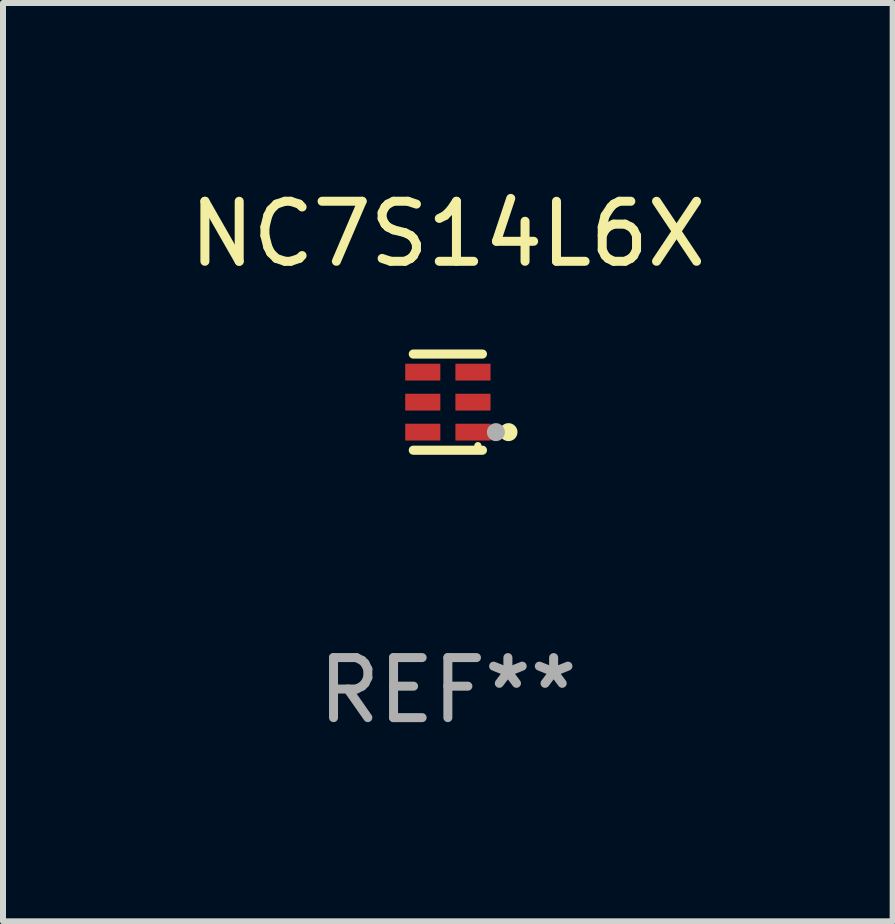
<source format=kicad_pcb>
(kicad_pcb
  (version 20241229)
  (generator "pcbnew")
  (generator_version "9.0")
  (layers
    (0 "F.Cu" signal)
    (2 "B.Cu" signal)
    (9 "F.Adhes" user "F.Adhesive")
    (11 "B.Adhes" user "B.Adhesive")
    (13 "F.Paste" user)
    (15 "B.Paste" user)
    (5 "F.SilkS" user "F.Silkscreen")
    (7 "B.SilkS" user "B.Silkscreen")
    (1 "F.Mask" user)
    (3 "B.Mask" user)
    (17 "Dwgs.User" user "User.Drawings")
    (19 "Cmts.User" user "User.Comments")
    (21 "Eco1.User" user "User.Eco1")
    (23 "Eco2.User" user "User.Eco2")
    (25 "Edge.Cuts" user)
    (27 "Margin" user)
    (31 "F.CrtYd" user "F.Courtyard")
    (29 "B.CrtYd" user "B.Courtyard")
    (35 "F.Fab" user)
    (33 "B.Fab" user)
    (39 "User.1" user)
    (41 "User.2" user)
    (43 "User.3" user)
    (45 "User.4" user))
  (footprint "NC7S14L6X"
    (layer "F.Cu")
    (at 4.411 3.649)
    (property "Reference" "NC7S14L6X" (at 0 -2.801 0) (layer "F.SilkS") (effects (font (size 1 1) (thickness 0.15))))
    (attr through_hole)
    (fp_line (start 0.576 -0.801) (end -0.576 -0.801) (stroke (width 0.152) (type solid)) (layer "F.SilkS"))
    (fp_line (start 0.576 0.801) (end -0.576 0.801) (stroke (width 0.152) (type solid)) (layer "F.SilkS"))
    (fp_circle (center 0.5 0.725) (end 0.53 0.725) (stroke (width 0.06) (type solid)) (fill no) (layer "F.SilkS"))
    (fp_circle (center 1.01 0.5) (end 1.085 0.5) (stroke (width 0.15) (type solid)) (fill no) (layer "F.SilkS"))
    (fp_circle (center 0.8 0.5) (end 0.875 0.5) (stroke (width 0.15) (type solid)) (fill no) (layer "F.Fab"))
    (fp_text user "REF**" (at 0 4.801 0) (layer "F.Fab") (effects (font (size 1 1) (thickness 0.15))))
    (pad "1" smd rect (at 0.418 0.5 90) (size 0.28 0.585) (layers "F.Cu" "F.Mask" "F.Paste"))
    (pad "2" smd rect (at 0.418 0 90) (size 0.28 0.585) (layers "F.Cu" "F.Mask" "F.Paste"))
    (pad "3" smd rect (at 0.418 -0.5 90) (size 0.28 0.585) (layers "F.Cu" "F.Mask" "F.Paste"))
    (pad "4" smd rect (at -0.418 -0.5 90) (size 0.28 0.585) (layers "F.Cu" "F.Mask" "F.Paste"))
    (pad "5" smd rect (at -0.418 0 90) (size 0.28 0.585) (layers "F.Cu" "F.Mask" "F.Paste"))
    (pad "6" smd rect (at -0.418 0.5 90) (size 0.28 0.585) (layers "F.Cu" "F.Mask" "F.Paste")))
  (gr_rect
    (start -3 -3)
    (end 11.821 12.299)
    (stroke (width 0.1) (type default))
    (fill no)
    (layer "Edge.Cuts")))
</source>
